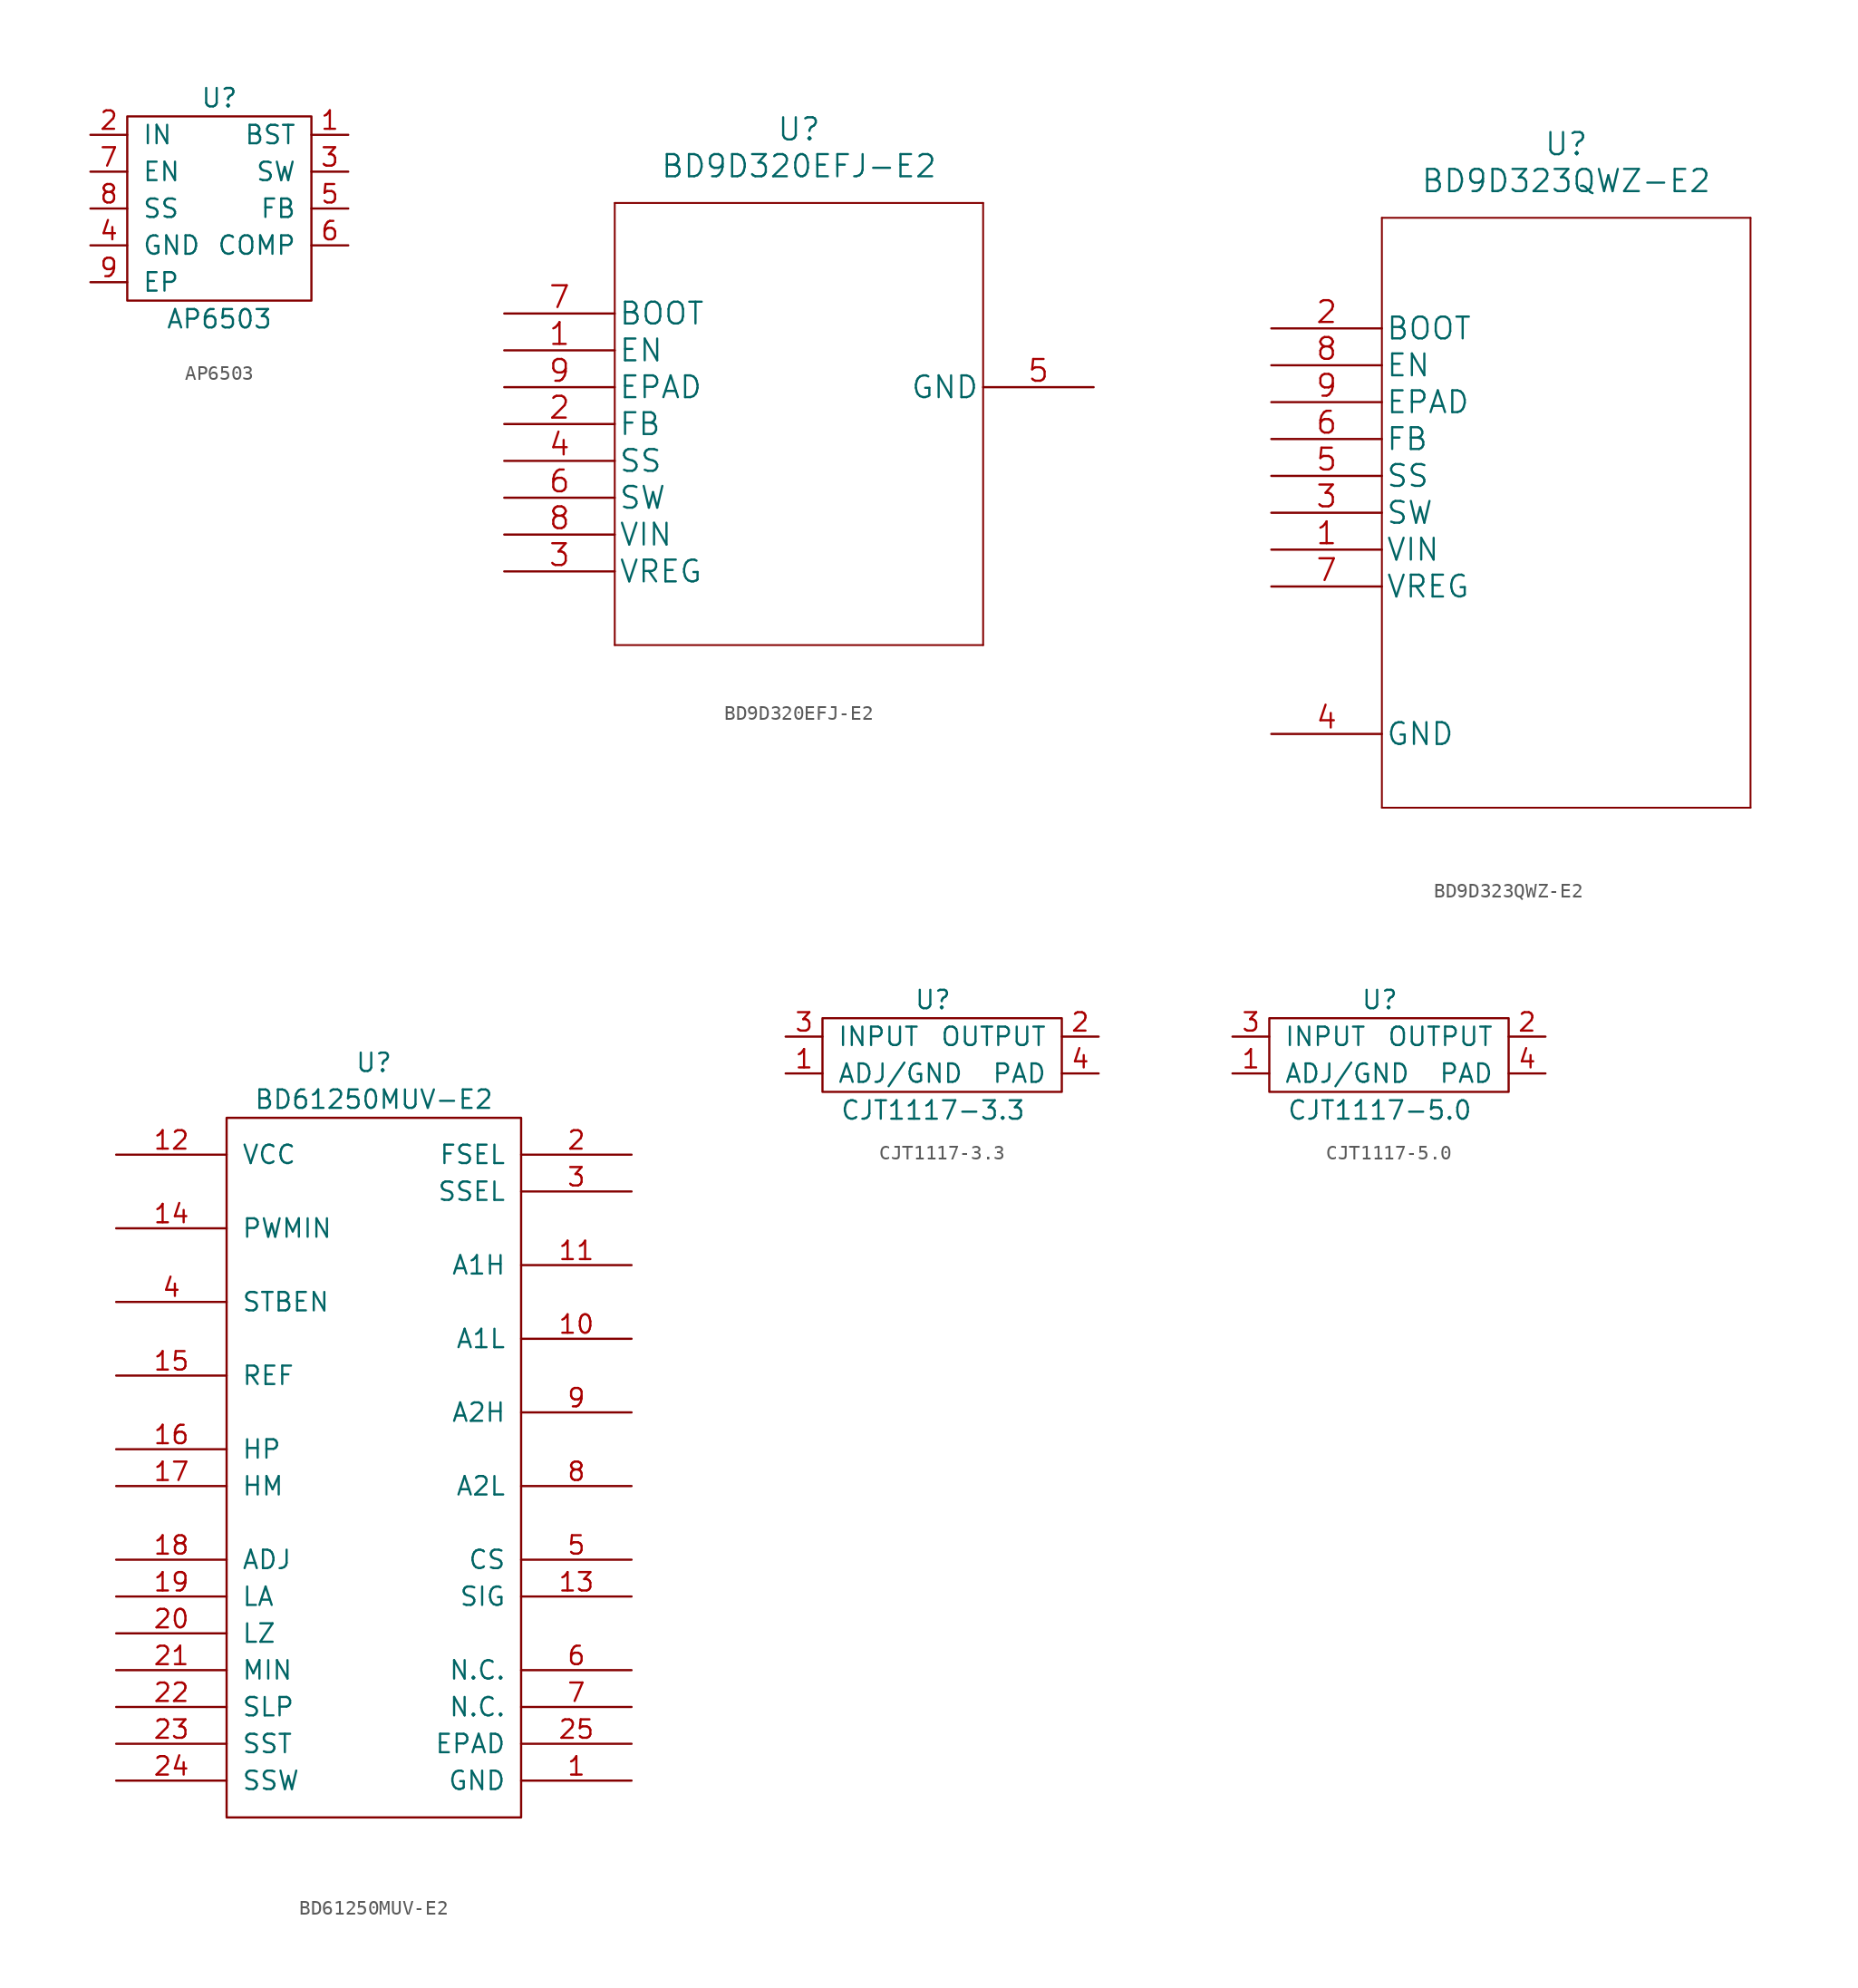
<source format=kicad_sym>
(kicad_symbol_lib
  (version 20211014)
  (generator kicad_symbol_editor)
  (symbol "AP6503"
    (pin_names
      (offset 1.016))
    (property "Reference" "U"
      (at 0 6.35 0)
      (effects (font (size 1.27 1.27))))
    (property "Value" "AP6503"
      (at 0 -8.89 0)
      (effects (font (size 1.27 1.27))))
    (symbol "AP6503_0_1"
      (rectangle (start -6.35 5.08) (end 6.35 -7.62) (stroke (width 0) (type default) (color 0 0 0 0)) (fill (type none))))
    (symbol "AP6503_1_1"
      (pin input line (at 8.89 3.81 180) (length 2.54) (name "BST" (effects (font (size 1.27 1.27)))) (number "1" (effects (font (size 1.27 1.27)))))
      (pin input line (at -8.89 3.81 0) (length 2.54) (name "IN" (effects (font (size 1.27 1.27)))) (number "2" (effects (font (size 1.27 1.27)))))
      (pin input line (at 8.89 1.27 180) (length 2.54) (name "SW" (effects (font (size 1.27 1.27)))) (number "3" (effects (font (size 1.27 1.27)))))
      (pin input line (at -8.89 -3.81 0) (length 2.54) (name "GND" (effects (font (size 1.27 1.27)))) (number "4" (effects (font (size 1.27 1.27)))))
      (pin input line (at 8.89 -1.27 180) (length 2.54) (name "FB" (effects (font (size 1.27 1.27)))) (number "5" (effects (font (size 1.27 1.27)))))
      (pin input line (at 8.89 -3.81 180) (length 2.54) (name "COMP" (effects (font (size 1.27 1.27)))) (number "6" (effects (font (size 1.27 1.27)))))
      (pin input line (at -8.89 1.27 0) (length 2.54) (name "EN" (effects (font (size 1.27 1.27)))) (number "7" (effects (font (size 1.27 1.27)))))
      (pin input line (at -8.89 -1.27 0) (length 2.54) (name "SS" (effects (font (size 1.27 1.27)))) (number "8" (effects (font (size 1.27 1.27)))))
      (pin input line (at -8.89 -6.35 0) (length 2.54) (name "EP" (effects (font (size 1.27 1.27)))) (number "9" (effects (font (size 1.27 1.27)))))))
  (symbol "BD9D320EFJ-E2"
    (pin_names
      (offset 0.254))
    (property "Reference" "U"
      (at 20.32 12.7 0)
      (effects (font (size 1.524 1.524))))
    (property "Value" "BD9D320EFJ-E2"
      (at 20.32 10.16 0)
      (effects (font (size 1.524 1.524))))
    (property "Datasheet" ""
      (at 0 0 0)
      (effects (font (size 1.524 1.524))))
    (property "ki_locked" ""
      (at 0 0 0)
      (effects (font (size 1.27 1.27))))
    (symbol "BD9D320EFJ-E2_1_1"
      (polyline (pts (xy 7.62 -22.86) (xy 33.02 -22.86)) (stroke (width 0.127) (type default) (color 0 0 0 0)) (fill (type none)))
      (polyline (pts (xy 7.62 7.62) (xy 7.62 -22.86)) (stroke (width 0.127) (type default) (color 0 0 0 0)) (fill (type none)))
      (polyline (pts (xy 33.02 -22.86) (xy 33.02 7.62)) (stroke (width 0.127) (type default) (color 0 0 0 0)) (fill (type none)))
      (polyline (pts (xy 33.02 7.62) (xy 7.62 7.62)) (stroke (width 0.127) (type default) (color 0 0 0 0)) (fill (type none)))
      (pin unspecified line (at 0 -2.54 0) (length 7.62) (name "EN" (effects (font (size 1.499 1.499)))) (number "1" (effects (font (size 1.499 1.499)))))
      (pin unspecified line (at 0 -7.62 0) (length 7.62) (name "FB" (effects (font (size 1.499 1.499)))) (number "2" (effects (font (size 1.499 1.499)))))
      (pin unspecified line (at 0 -17.78 0) (length 7.62) (name "VREG" (effects (font (size 1.499 1.499)))) (number "3" (effects (font (size 1.499 1.499)))))
      (pin unspecified line (at 0 -10.16 0) (length 7.62) (name "SS" (effects (font (size 1.499 1.499)))) (number "4" (effects (font (size 1.499 1.499)))))
      (pin power_in line (at 40.64 -5.08 180) (length 7.62) (name "GND" (effects (font (size 1.499 1.499)))) (number "5" (effects (font (size 1.499 1.499)))))
      (pin unspecified line (at 0 -12.7 0) (length 7.62) (name "SW" (effects (font (size 1.499 1.499)))) (number "6" (effects (font (size 1.499 1.499)))))
      (pin unspecified line (at 0 0 0) (length 7.62) (name "BOOT" (effects (font (size 1.499 1.499)))) (number "7" (effects (font (size 1.499 1.499)))))
      (pin unspecified line (at 0 -15.24 0) (length 7.62) (name "VIN" (effects (font (size 1.499 1.499)))) (number "8" (effects (font (size 1.499 1.499)))))
      (pin unspecified line (at 0 -5.08 0) (length 7.62) (name "EPAD" (effects (font (size 1.499 1.499)))) (number "9" (effects (font (size 1.499 1.499)))))))
  (symbol "BD9D323QWZ-E2"
    (pin_names
      (offset 0.254))
    (property "Reference" "U"
      (at 20.32 12.7 0)
      (effects (font (size 1.524 1.524))))
    (property "Value" "BD9D323QWZ-E2"
      (at 20.32 10.16 0)
      (effects (font (size 1.524 1.524))))
    (property "Datasheet" ""
      (at 0 0 0)
      (effects (font (size 1.524 1.524))))
    (property "ki_locked" ""
      (at 0 0 0)
      (effects (font (size 1.27 1.27))))
    (symbol "BD9D323QWZ-E2_1_1"
      (polyline (pts (xy 7.62 -33.02) (xy 33.02 -33.02)) (stroke (width 0.127) (type default) (color 0 0 0 0)) (fill (type none)))
      (polyline (pts (xy 7.62 7.62) (xy 7.62 -33.02)) (stroke (width 0.127) (type default) (color 0 0 0 0)) (fill (type none)))
      (polyline (pts (xy 33.02 -33.02) (xy 33.02 7.62)) (stroke (width 0.127) (type default) (color 0 0 0 0)) (fill (type none)))
      (polyline (pts (xy 33.02 7.62) (xy 7.62 7.62)) (stroke (width 0.127) (type default) (color 0 0 0 0)) (fill (type none)))
      (pin unspecified line (at 0 -15.24 0) (length 7.62) (name "VIN" (effects (font (size 1.499 1.499)))) (number "1" (effects (font (size 1.499 1.499)))))
      (pin unspecified line (at 0 0 0) (length 7.62) (name "BOOT" (effects (font (size 1.499 1.499)))) (number "2" (effects (font (size 1.499 1.499)))))
      (pin unspecified line (at 0 -12.7 0) (length 7.62) (name "SW" (effects (font (size 1.499 1.499)))) (number "3" (effects (font (size 1.499 1.499)))))
      (pin power_in line (at 0 -27.94 0) (length 7.62) (name "GND" (effects (font (size 1.499 1.499)))) (number "4" (effects (font (size 1.499 1.499)))))
      (pin unspecified line (at 0 -10.16 0) (length 7.62) (name "SS" (effects (font (size 1.499 1.499)))) (number "5" (effects (font (size 1.499 1.499)))))
      (pin unspecified line (at 0 -7.62 0) (length 7.62) (name "FB" (effects (font (size 1.499 1.499)))) (number "6" (effects (font (size 1.499 1.499)))))
      (pin unspecified line (at 0 -17.78 0) (length 7.62) (name "VREG" (effects (font (size 1.499 1.499)))) (number "7" (effects (font (size 1.499 1.499)))))
      (pin unspecified line (at 0 -2.54 0) (length 7.62) (name "EN" (effects (font (size 1.499 1.499)))) (number "8" (effects (font (size 1.499 1.499)))))
      (pin unspecified line (at 0 -5.08 0) (length 7.62) (name "EPAD" (effects (font (size 1.499 1.499)))) (number "9" (effects (font (size 1.499 1.499)))))))
  (symbol "BD61250MUV-E2‎"
    (pin_names
      (offset 1.016))
    (property "Reference" "U"
      (at 17.78 6.35 0)
      (effects (font (size 1.27 1.27))))
    (property "Value" "BD61250MUV-E2‎"
      (at 17.78 3.81 0)
      (effects (font (size 1.27 1.27))))
    (symbol "BD61250MUV-E2‎_0_1"
      (rectangle (start 7.62 2.54) (end 27.94 -45.72) (stroke (width 0) (type default) (color 0 0 0 0)) (fill (type none))))
    (symbol "BD61250MUV-E2‎_1_1"
      (pin bidirectional line (at 35.56 -43.18 180) (length 7.62) (name "GND" (effects (font (size 1.27 1.27)))) (number "1" (effects (font (size 1.27 1.27)))))
      (pin bidirectional line (at 35.56 -12.7 180) (length 7.62) (name "A1L" (effects (font (size 1.27 1.27)))) (number "10" (effects (font (size 1.27 1.27)))))
      (pin bidirectional line (at 35.56 -7.62 180) (length 7.62) (name "A1H" (effects (font (size 1.27 1.27)))) (number "11" (effects (font (size 1.27 1.27)))))
      (pin bidirectional line (at 0 0 0) (length 7.62) (name "VCC" (effects (font (size 1.27 1.27)))) (number "12" (effects (font (size 1.27 1.27)))))
      (pin bidirectional line (at 35.56 -30.48 180) (length 7.62) (name "SIG" (effects (font (size 1.27 1.27)))) (number "13" (effects (font (size 1.27 1.27)))))
      (pin bidirectional line (at 0 -5.08 0) (length 7.62) (name "PWMIN" (effects (font (size 1.27 1.27)))) (number "14" (effects (font (size 1.27 1.27)))))
      (pin bidirectional line (at 0 -15.24 0) (length 7.62) (name "REF" (effects (font (size 1.27 1.27)))) (number "15" (effects (font (size 1.27 1.27)))))
      (pin bidirectional line (at 0 -20.32 0) (length 7.62) (name "HP" (effects (font (size 1.27 1.27)))) (number "16" (effects (font (size 1.27 1.27)))))
      (pin bidirectional line (at 0 -22.86 0) (length 7.62) (name "HM" (effects (font (size 1.27 1.27)))) (number "17" (effects (font (size 1.27 1.27)))))
      (pin bidirectional line (at 0 -27.94 0) (length 7.62) (name "ADJ" (effects (font (size 1.27 1.27)))) (number "18" (effects (font (size 1.27 1.27)))))
      (pin bidirectional line (at 0 -30.48 0) (length 7.62) (name "LA" (effects (font (size 1.27 1.27)))) (number "19" (effects (font (size 1.27 1.27)))))
      (pin bidirectional line (at 35.56 0 180) (length 7.62) (name "FSEL" (effects (font (size 1.27 1.27)))) (number "2" (effects (font (size 1.27 1.27)))))
      (pin bidirectional line (at 0 -33.02 0) (length 7.62) (name "LZ" (effects (font (size 1.27 1.27)))) (number "20" (effects (font (size 1.27 1.27)))))
      (pin bidirectional line (at 0 -35.56 0) (length 7.62) (name "MIN" (effects (font (size 1.27 1.27)))) (number "21" (effects (font (size 1.27 1.27)))))
      (pin bidirectional line (at 0 -38.1 0) (length 7.62) (name "SLP" (effects (font (size 1.27 1.27)))) (number "22" (effects (font (size 1.27 1.27)))))
      (pin bidirectional line (at 0 -40.64 0) (length 7.62) (name "SST" (effects (font (size 1.27 1.27)))) (number "23" (effects (font (size 1.27 1.27)))))
      (pin bidirectional line (at 0 -43.18 0) (length 7.62) (name "SSW" (effects (font (size 1.27 1.27)))) (number "24" (effects (font (size 1.27 1.27)))))
      (pin bidirectional line (at 35.56 -40.64 180) (length 7.62) (name "EPAD" (effects (font (size 1.27 1.27)))) (number "25" (effects (font (size 1.27 1.27)))))
      (pin bidirectional line (at 35.56 -2.54 180) (length 7.62) (name "SSEL" (effects (font (size 1.27 1.27)))) (number "3" (effects (font (size 1.27 1.27)))))
      (pin bidirectional line (at 0 -10.16 0) (length 7.62) (name "STBEN" (effects (font (size 1.27 1.27)))) (number "4" (effects (font (size 1.27 1.27)))))
      (pin bidirectional line (at 35.56 -27.94 180) (length 7.62) (name "CS" (effects (font (size 1.27 1.27)))) (number "5" (effects (font (size 1.27 1.27)))))
      (pin bidirectional line (at 35.56 -35.56 180) (length 7.62) (name "N.C." (effects (font (size 1.27 1.27)))) (number "6" (effects (font (size 1.27 1.27)))))
      (pin bidirectional line (at 35.56 -38.1 180) (length 7.62) (name "N.C." (effects (font (size 1.27 1.27)))) (number "7" (effects (font (size 1.27 1.27)))))
      (pin bidirectional line (at 35.56 -22.86 180) (length 7.62) (name "A2L" (effects (font (size 1.27 1.27)))) (number "8" (effects (font (size 1.27 1.27)))))
      (pin bidirectional line (at 35.56 -17.78 180) (length 7.62) (name "A2H" (effects (font (size 1.27 1.27)))) (number "9" (effects (font (size 1.27 1.27)))))))
  (symbol "CJT1117-3.3"
    (pin_names
      (offset 1.016))
    (property "Reference" "U"
      (at 0 1.27 0)
      (effects (font (size 1.27 1.27))))
    (property "Value" "CJT1117-3.3"
      (at 0 -6.35 0)
      (effects (font (size 1.27 1.27))))
    (symbol "CJT1117-3.3_0_1"
      (rectangle (start -7.62 0) (end 8.89 -5.08) (stroke (width 0) (type default) (color 0 0 0 0)) (fill (type none))))
    (symbol "CJT1117-3.3_1_1"
      (pin passive line (at -10.16 -3.81 0) (length 2.54) (name "ADJ/GND" (effects (font (size 1.27 1.27)))) (number "1" (effects (font (size 1.27 1.27)))))
      (pin output line (at 11.43 -1.27 180) (length 2.54) (name "OUTPUT" (effects (font (size 1.27 1.27)))) (number "2" (effects (font (size 1.27 1.27)))))
      (pin input line (at -10.16 -1.27 0) (length 2.54) (name "INPUT" (effects (font (size 1.27 1.27)))) (number "3" (effects (font (size 1.27 1.27)))))
      (pin output line (at 11.43 -3.81 180) (length 2.54) (name "PAD" (effects (font (size 1.27 1.27)))) (number "4" (effects (font (size 1.27 1.27)))))))
  (symbol "CJT1117-5.0"
    (pin_names
      (offset 1.016))
    (property "Reference" "U"
      (at 0 1.27 0)
      (effects (font (size 1.27 1.27))))
    (property "Value" "CJT1117-5.0"
      (at 0 -6.35 0)
      (effects (font (size 1.27 1.27))))
    (symbol "CJT1117-5.0_0_1"
      (rectangle (start -7.62 0) (end 8.89 -5.08) (stroke (width 0) (type default) (color 0 0 0 0)) (fill (type none))))
    (symbol "CJT1117-5.0_1_1"
      (pin passive line (at -10.16 -3.81 0) (length 2.54) (name "ADJ/GND" (effects (font (size 1.27 1.27)))) (number "1" (effects (font (size 1.27 1.27)))))
      (pin output line (at 11.43 -1.27 180) (length 2.54) (name "OUTPUT" (effects (font (size 1.27 1.27)))) (number "2" (effects (font (size 1.27 1.27)))))
      (pin input line (at -10.16 -1.27 0) (length 2.54) (name "INPUT" (effects (font (size 1.27 1.27)))) (number "3" (effects (font (size 1.27 1.27)))))
      (pin output line (at 11.43 -3.81 180) (length 2.54) (name "PAD" (effects (font (size 1.27 1.27)))) (number "4" (effects (font (size 1.27 1.27))))))))
</source>
